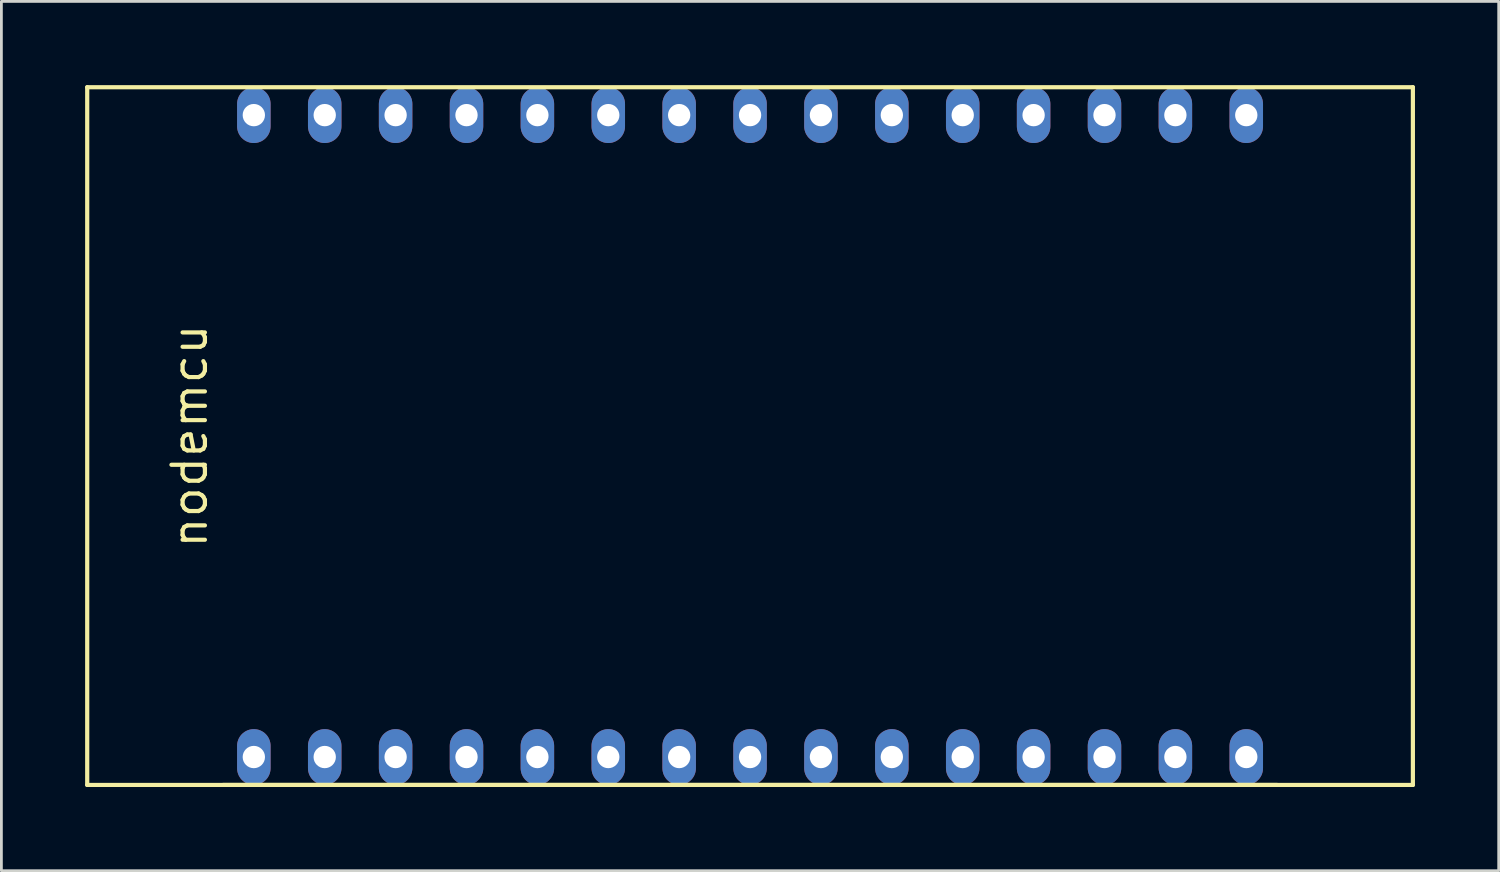
<source format=kicad_pcb>
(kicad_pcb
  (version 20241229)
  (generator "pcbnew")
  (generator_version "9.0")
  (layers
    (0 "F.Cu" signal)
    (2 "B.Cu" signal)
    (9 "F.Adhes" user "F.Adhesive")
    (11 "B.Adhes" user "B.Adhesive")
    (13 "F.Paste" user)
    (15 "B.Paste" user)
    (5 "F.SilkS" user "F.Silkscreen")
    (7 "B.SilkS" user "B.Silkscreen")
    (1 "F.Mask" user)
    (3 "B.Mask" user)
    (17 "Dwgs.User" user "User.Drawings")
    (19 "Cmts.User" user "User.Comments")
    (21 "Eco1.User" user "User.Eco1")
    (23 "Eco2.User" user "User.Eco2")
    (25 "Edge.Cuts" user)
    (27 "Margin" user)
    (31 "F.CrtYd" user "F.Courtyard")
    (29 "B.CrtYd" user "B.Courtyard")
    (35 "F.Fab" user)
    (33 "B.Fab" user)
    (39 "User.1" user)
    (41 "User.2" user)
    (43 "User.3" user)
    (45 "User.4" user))
  (footprint "nodemcu"
    (layer "F.Cu")
    (at 23.825 12.575)
    (property "Reference" "nodemcu" (at -20.08 0 90) (layer "F.SilkS") (effects (font (size 1.2 1.2) (thickness 0.15))))
    (attr through_hole)
    (fp_line (start -23.75 -12.5) (end -23.75 12.5) (stroke (width 0.15) (type solid)) (layer "F.SilkS"))
    (fp_line (start -23.75 12.5) (end 23.75 12.5) (stroke (width 0.15) (type solid)) (layer "F.SilkS"))
    (fp_line (start -18.88 12.5) (end 18.88 12.5) (stroke (width 0.15) (type solid)) (layer "F.SilkS"))
    (fp_line (start 23.75 -12.5) (end -23.75 -12.5) (stroke (width 0.15) (type solid)) (layer "F.SilkS"))
    (fp_line (start 23.75 12.5) (end 23.75 -12.5) (stroke (width 0.15) (type solid)) (layer "F.SilkS"))
    (pad "1" thru_hole oval (at -17.78 11.5) (size 1.2 2) (drill 0.8) (layers "*.Cu" "*.Mask"))
    (pad "2" thru_hole oval (at -15.24 11.5) (size 1.2 2) (drill 0.8) (layers "*.Cu" "*.Mask"))
    (pad "3" thru_hole oval (at -12.7 11.5) (size 1.2 2) (drill 0.8) (layers "*.Cu" "*.Mask"))
    (pad "4" thru_hole oval (at -10.16 11.5) (size 1.2 2) (drill 0.8) (layers "*.Cu" "*.Mask"))
    (pad "5" thru_hole oval (at -7.62 11.5) (size 1.2 2) (drill 0.8) (layers "*.Cu" "*.Mask"))
    (pad "6" thru_hole oval (at -5.08 11.5) (size 1.2 2) (drill 0.8) (layers "*.Cu" "*.Mask"))
    (pad "7" thru_hole oval (at -2.54 11.5) (size 1.2 2) (drill 0.8) (layers "*.Cu" "*.Mask"))
    (pad "8" thru_hole oval (at 0 11.5) (size 1.2 2) (drill 0.8) (layers "*.Cu" "*.Mask"))
    (pad "9" thru_hole oval (at 2.54 11.5) (size 1.2 2) (drill 0.8) (layers "*.Cu" "*.Mask"))
    (pad "10" thru_hole oval (at 5.08 11.5) (size 1.2 2) (drill 0.8) (layers "*.Cu" "*.Mask"))
    (pad "11" thru_hole oval (at 7.62 11.5) (size 1.2 2) (drill 0.8) (layers "*.Cu" "*.Mask"))
    (pad "12" thru_hole oval (at 10.16 11.5) (size 1.2 2) (drill 0.8) (layers "*.Cu" "*.Mask"))
    (pad "13" thru_hole oval (at 12.7 11.5) (size 1.2 2) (drill 0.8) (layers "*.Cu" "*.Mask"))
    (pad "14" thru_hole oval (at 15.24 11.5) (size 1.2 2) (drill 0.8) (layers "*.Cu" "*.Mask"))
    (pad "15" thru_hole oval (at 17.78 11.5) (size 1.2 2) (drill 0.8) (layers "*.Cu" "*.Mask"))
    (pad "16" thru_hole oval (at 17.78 -11.5) (size 1.2 2) (drill 0.8) (layers "*.Cu" "*.Mask"))
    (pad "17" thru_hole oval (at 15.24 -11.5) (size 1.2 2) (drill 0.8) (layers "*.Cu" "*.Mask"))
    (pad "18" thru_hole oval (at 12.7 -11.5) (size 1.2 2) (drill 0.8) (layers "*.Cu" "*.Mask"))
    (pad "19" thru_hole oval (at 10.16 -11.5) (size 1.2 2) (drill 0.8) (layers "*.Cu" "*.Mask"))
    (pad "20" thru_hole oval (at 7.62 -11.5) (size 1.2 2) (drill 0.8) (layers "*.Cu" "*.Mask"))
    (pad "21" thru_hole oval (at 5.08 -11.5) (size 1.2 2) (drill 0.8) (layers "*.Cu" "*.Mask"))
    (pad "22" thru_hole oval (at 2.54 -11.5) (size 1.2 2) (drill 0.8) (layers "*.Cu" "*.Mask"))
    (pad "23" thru_hole oval (at 0 -11.5) (size 1.2 2) (drill 0.8) (layers "*.Cu" "*.Mask"))
    (pad "24" thru_hole oval (at -2.54 -11.5) (size 1.2 2) (drill 0.8) (layers "*.Cu" "*.Mask"))
    (pad "25" thru_hole oval (at -5.08 -11.5) (size 1.2 2) (drill 0.8) (layers "*.Cu" "*.Mask"))
    (pad "26" thru_hole oval (at -7.62 -11.5) (size 1.2 2) (drill 0.8) (layers "*.Cu" "*.Mask"))
    (pad "27" thru_hole oval (at -10.16 -11.5) (size 1.2 2) (drill 0.8) (layers "*.Cu" "*.Mask"))
    (pad "28" thru_hole oval (at -12.7 -11.5) (size 1.2 2) (drill 0.8) (layers "*.Cu" "*.Mask"))
    (pad "29" thru_hole oval (at -15.24 -11.5) (size 1.2 2) (drill 0.8) (layers "*.Cu" "*.Mask"))
    (pad "30" thru_hole oval (at -17.78 -11.5) (size 1.2 2) (drill 0.8) (layers "*.Cu" "*.Mask")))
  (gr_rect
    (start -3 -3)
    (end 50.65 28.15)
    (stroke (width 0.1) (type default))
    (fill no)
    (layer "Edge.Cuts")))
</source>
